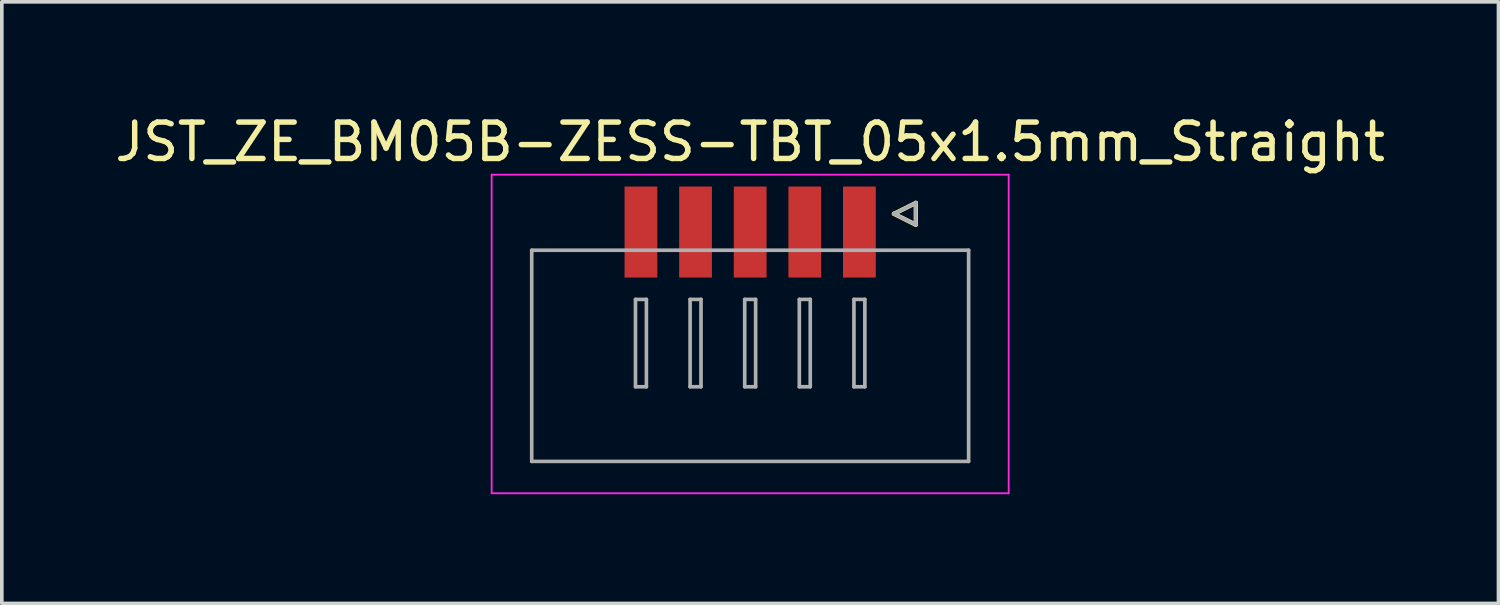
<source format=kicad_pcb>
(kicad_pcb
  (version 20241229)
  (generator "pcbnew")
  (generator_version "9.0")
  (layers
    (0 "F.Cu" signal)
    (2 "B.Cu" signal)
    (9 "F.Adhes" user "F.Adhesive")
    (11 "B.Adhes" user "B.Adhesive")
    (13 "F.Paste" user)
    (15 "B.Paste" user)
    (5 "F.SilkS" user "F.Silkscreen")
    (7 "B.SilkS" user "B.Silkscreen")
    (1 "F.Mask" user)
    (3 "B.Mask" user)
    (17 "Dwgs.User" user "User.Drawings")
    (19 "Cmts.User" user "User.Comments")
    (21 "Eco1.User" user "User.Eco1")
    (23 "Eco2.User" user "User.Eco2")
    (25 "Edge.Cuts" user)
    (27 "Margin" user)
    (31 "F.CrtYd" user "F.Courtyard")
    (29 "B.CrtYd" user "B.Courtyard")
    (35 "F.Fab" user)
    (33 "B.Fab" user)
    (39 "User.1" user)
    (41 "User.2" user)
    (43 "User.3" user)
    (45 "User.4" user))
  (footprint "JST_ZE_BM05B-ZESS-TBT_05x1.5mm_Straight"
    (layer "F.Cu")
    (at 17.554 5.848)
    (property "Reference" "JST_ZE_BM05B-ZESS-TBT_05x1.5mm_Straight" (at 0 -5 0) (layer "F.SilkS") (effects (font (size 1 1) (thickness 0.15))))
    (attr smd)
    (fp_line (start 3.95 -3.025) (end 4.55 -3.325) (stroke (width 0.12) (type solid)) (layer "F.SilkS"))
    (fp_line (start 4.55 -3.325) (end 4.55 -2.725) (stroke (width 0.12) (type solid)) (layer "F.SilkS"))
    (fp_line (start 4.55 -2.725) (end 3.95 -3.025) (stroke (width 0.12) (type solid)) (layer "F.SilkS"))
    (fp_line (start -7.1 -4.1) (end -7.1 4.65) (stroke (width 0.05) (type solid)) (layer "F.CrtYd"))
    (fp_line (start -7.1 4.65) (end 7.1 4.65) (stroke (width 0.05) (type solid)) (layer "F.CrtYd"))
    (fp_line (start 7.1 -4.1) (end -7.1 -4.1) (stroke (width 0.05) (type solid)) (layer "F.CrtYd"))
    (fp_line (start 7.1 4.65) (end 7.1 -4.1) (stroke (width 0.05) (type solid)) (layer "F.CrtYd"))
    (fp_line (start -6 -2.025) (end -6 3.775) (stroke (width 0.1) (type solid)) (layer "F.Fab"))
    (fp_line (start -6 3.775) (end 6 3.775) (stroke (width 0.1) (type solid)) (layer "F.Fab"))
    (fp_line (start -3.15 -0.675) (end -3.15 1.725) (stroke (width 0.1) (type solid)) (layer "F.Fab"))
    (fp_line (start -3.15 1.725) (end -2.85 1.725) (stroke (width 0.1) (type solid)) (layer "F.Fab"))
    (fp_line (start -2.85 -0.675) (end -3.15 -0.675) (stroke (width 0.1) (type solid)) (layer "F.Fab"))
    (fp_line (start -2.85 1.725) (end -2.85 -0.675) (stroke (width 0.1) (type solid)) (layer "F.Fab"))
    (fp_line (start -1.65 -0.675) (end -1.65 1.725) (stroke (width 0.1) (type solid)) (layer "F.Fab"))
    (fp_line (start -1.65 1.725) (end -1.35 1.725) (stroke (width 0.1) (type solid)) (layer "F.Fab"))
    (fp_line (start -1.35 -0.675) (end -1.65 -0.675) (stroke (width 0.1) (type solid)) (layer "F.Fab"))
    (fp_line (start -1.35 1.725) (end -1.35 -0.675) (stroke (width 0.1) (type solid)) (layer "F.Fab"))
    (fp_line (start -0.15 -0.675) (end -0.15 1.725) (stroke (width 0.1) (type solid)) (layer "F.Fab"))
    (fp_line (start -0.15 1.725) (end 0.15 1.725) (stroke (width 0.1) (type solid)) (layer "F.Fab"))
    (fp_line (start 0.15 -0.675) (end -0.15 -0.675) (stroke (width 0.1) (type solid)) (layer "F.Fab"))
    (fp_line (start 0.15 1.725) (end 0.15 -0.675) (stroke (width 0.1) (type solid)) (layer "F.Fab"))
    (fp_line (start 1.35 -0.675) (end 1.35 1.725) (stroke (width 0.1) (type solid)) (layer "F.Fab"))
    (fp_line (start 1.35 1.725) (end 1.65 1.725) (stroke (width 0.1) (type solid)) (layer "F.Fab"))
    (fp_line (start 1.65 -0.675) (end 1.35 -0.675) (stroke (width 0.1) (type solid)) (layer "F.Fab"))
    (fp_line (start 1.65 1.725) (end 1.65 -0.675) (stroke (width 0.1) (type solid)) (layer "F.Fab"))
    (fp_line (start 2.85 -0.675) (end 2.85 1.725) (stroke (width 0.1) (type solid)) (layer "F.Fab"))
    (fp_line (start 2.85 1.725) (end 3.15 1.725) (stroke (width 0.1) (type solid)) (layer "F.Fab"))
    (fp_line (start 3.15 -0.675) (end 2.85 -0.675) (stroke (width 0.1) (type solid)) (layer "F.Fab"))
    (fp_line (start 3.15 1.725) (end 3.15 -0.675) (stroke (width 0.1) (type solid)) (layer "F.Fab"))
    (fp_line (start 3.95 -3.025) (end 4.55 -3.325) (stroke (width 0.1) (type solid)) (layer "F.Fab"))
    (fp_line (start 4.55 -3.325) (end 4.55 -2.725) (stroke (width 0.1) (type solid)) (layer "F.Fab"))
    (fp_line (start 4.55 -2.725) (end 3.95 -3.025) (stroke (width 0.1) (type solid)) (layer "F.Fab"))
    (fp_line (start 6 -2.025) (end -6 -2.025) (stroke (width 0.1) (type solid)) (layer "F.Fab"))
    (fp_line (start 6 3.775) (end 6 -2.025) (stroke (width 0.1) (type solid)) (layer "F.Fab"))
    (pad "1" smd rect (at 3 -2.525) (size 0.9 2.5) (layers "F.Cu" "F.Mask" "F.Paste"))
    (pad "2" smd rect (at 1.5 -2.525) (size 0.9 2.5) (layers "F.Cu" "F.Mask" "F.Paste"))
    (pad "3" smd rect (at 0 -2.525) (size 0.9 2.5) (layers "F.Cu" "F.Mask" "F.Paste"))
    (pad "4" smd rect (at -1.5 -2.525) (size 0.9 2.5) (layers "F.Cu" "F.Mask" "F.Paste"))
    (pad "5" smd rect (at -3 -2.525) (size 0.9 2.5) (layers "F.Cu" "F.Mask" "F.Paste")))
  (gr_rect
    (start -3 -3)
    (end 38.107 13.523)
    (stroke (width 0.1) (type default))
    (fill no)
    (layer "Edge.Cuts")))
</source>
